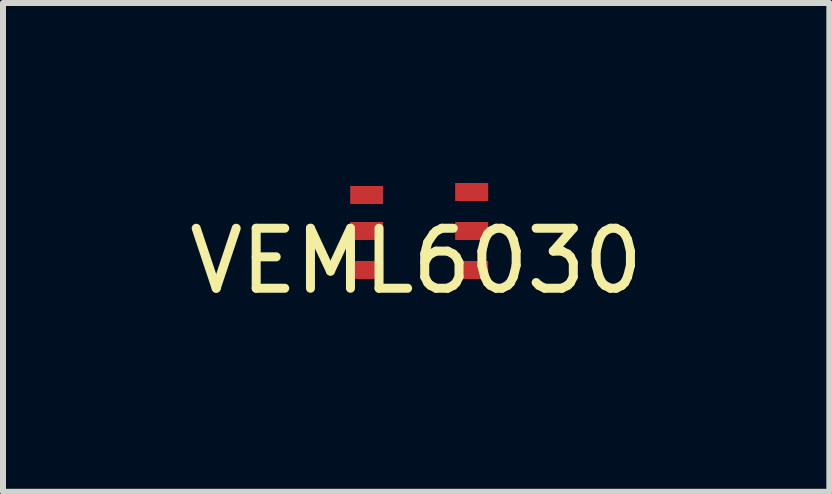
<source format=kicad_pcb>
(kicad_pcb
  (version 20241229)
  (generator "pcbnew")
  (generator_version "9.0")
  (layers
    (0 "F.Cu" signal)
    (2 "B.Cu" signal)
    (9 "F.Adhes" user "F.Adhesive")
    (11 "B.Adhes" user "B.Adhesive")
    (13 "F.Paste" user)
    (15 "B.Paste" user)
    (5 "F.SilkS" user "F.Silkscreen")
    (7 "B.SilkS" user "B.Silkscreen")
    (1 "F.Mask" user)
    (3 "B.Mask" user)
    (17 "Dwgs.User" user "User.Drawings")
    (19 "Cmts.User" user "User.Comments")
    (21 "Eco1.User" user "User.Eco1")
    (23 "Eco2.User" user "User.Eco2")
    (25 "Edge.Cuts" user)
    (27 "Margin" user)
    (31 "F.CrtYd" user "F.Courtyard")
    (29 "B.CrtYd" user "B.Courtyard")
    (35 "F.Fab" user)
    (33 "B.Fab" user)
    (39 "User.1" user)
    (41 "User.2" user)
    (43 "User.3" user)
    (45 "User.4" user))
  (footprint "VEML6030"
    (layer "F.Cu")
    (at 3.887 0.8)
    (property "Reference" "VEML6030" (at 0 0.5 0) (layer "F.SilkS") (effects (font (size 1 1) (thickness 0.15))))
    (attr through_hole)
    (pad "1" smd rect (at 0.875 0.65) (size 0.55 0.3) (drill (offset 0.05 0)) (layers "F.Cu" "F.Mask" "F.Paste"))
    (pad "2" smd rect (at 0.875 0) (size 0.55 0.3) (drill (offset 0.05 0)) (layers "F.Cu" "F.Mask" "F.Paste"))
    (pad "3" smd rect (at 0.875 -0.65) (size 0.55 0.3) (drill (offset 0.05 0)) (layers "F.Cu" "F.Mask" "F.Paste"))
    (pad "4" smd rect (at -0.875 -0.6) (size 0.55 0.3) (drill (offset 0.05 0)) (layers "F.Cu" "F.Mask" "F.Paste"))
    (pad "5" smd rect (at -0.875 0) (size 0.55 0.3) (drill (offset 0.05 0)) (layers "F.Cu" "F.Mask" "F.Paste"))
    (pad "6" smd rect (at -0.875 0.65) (size 0.55 0.3) (drill (offset 0.05 0)) (layers "F.Cu" "F.Mask" "F.Paste")))
  (gr_rect
    (start -3 -3)
    (end 10.774 5.148)
    (stroke (width 0.1) (type default))
    (fill no)
    (layer "Edge.Cuts")))
</source>
